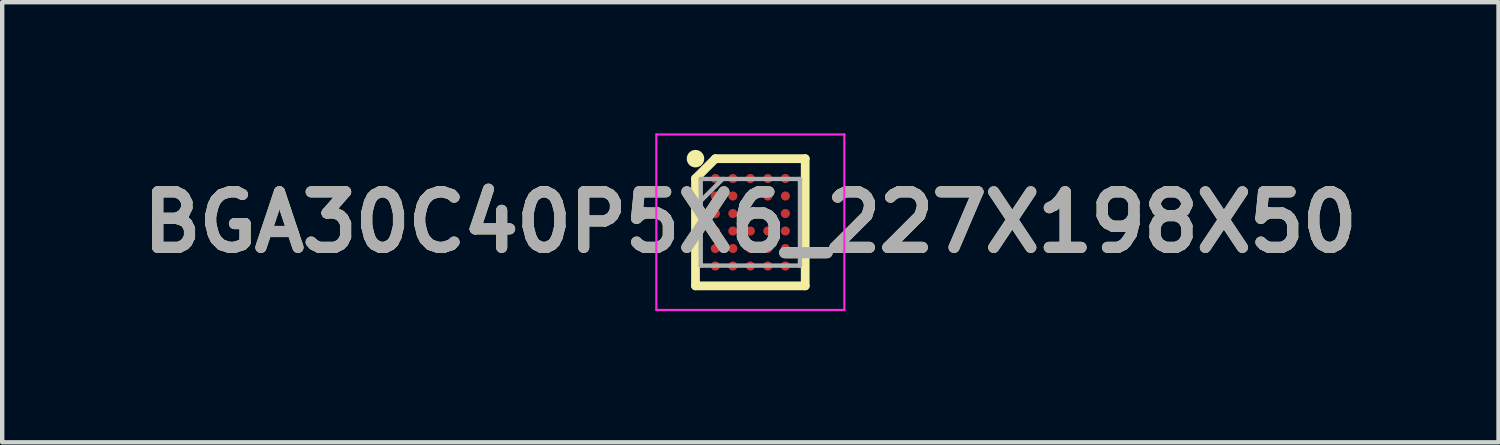
<source format=kicad_pcb>
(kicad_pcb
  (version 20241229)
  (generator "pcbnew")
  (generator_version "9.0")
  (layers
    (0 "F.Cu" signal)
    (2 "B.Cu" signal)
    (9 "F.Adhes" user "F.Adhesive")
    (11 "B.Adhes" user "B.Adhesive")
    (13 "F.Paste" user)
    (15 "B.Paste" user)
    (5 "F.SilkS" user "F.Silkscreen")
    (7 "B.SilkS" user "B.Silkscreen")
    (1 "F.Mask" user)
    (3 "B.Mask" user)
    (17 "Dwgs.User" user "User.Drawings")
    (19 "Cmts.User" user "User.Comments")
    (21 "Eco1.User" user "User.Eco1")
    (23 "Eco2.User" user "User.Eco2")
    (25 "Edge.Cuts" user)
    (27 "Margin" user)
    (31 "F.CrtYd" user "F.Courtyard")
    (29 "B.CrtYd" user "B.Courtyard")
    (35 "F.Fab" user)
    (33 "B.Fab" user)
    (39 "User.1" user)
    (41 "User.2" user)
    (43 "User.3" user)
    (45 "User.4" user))
  (footprint "BGA30C40P5X6_227X198X50"
    (layer "F.Cu")
    (at 14.103 2.031)
    (property "Reference" "BGA30C40P5X6_227X198X50" (at 0 0 0) (layer "F.SilkS") (effects (font (size 1.27 1.27) (thickness 0.254))))
    (attr smd)
    (fp_line (start -1.254 -1) (end -0.8 -1.454) (stroke (width 0.2) (type solid)) (layer "F.SilkS"))
    (fp_line (start -1.254 1.454) (end -1.254 -1) (stroke (width 0.2) (type solid)) (layer "F.SilkS"))
    (fp_line (start -0.8 -1.454) (end 1.254 -1.454) (stroke (width 0.2) (type solid)) (layer "F.SilkS"))
    (fp_line (start 1.254 -1.454) (end 1.254 1.454) (stroke (width 0.2) (type solid)) (layer "F.SilkS"))
    (fp_line (start 1.254 1.454) (end -1.254 1.454) (stroke (width 0.2) (type solid)) (layer "F.SilkS"))
    (fp_circle (center -1.254 -1.454) (end -1.254 -1.354) (stroke (width 0.2) (type solid)) (fill no) (layer "F.SilkS"))
    (fp_line (start -2.149 -2.006) (end 2.149 -2.006) (stroke (width 0.05) (type solid)) (layer "F.CrtYd"))
    (fp_line (start -2.149 2.005) (end -2.149 -2.006) (stroke (width 0.05) (type solid)) (layer "F.CrtYd"))
    (fp_line (start 2.149 -2.006) (end 2.149 2.005) (stroke (width 0.05) (type solid)) (layer "F.CrtYd"))
    (fp_line (start 2.149 2.005) (end -2.149 2.005) (stroke (width 0.05) (type solid)) (layer "F.CrtYd"))
    (fp_line (start -1.134 -0.99) (end 1.134 -0.99) (stroke (width 0.1) (type solid)) (layer "F.Fab"))
    (fp_line (start -1.134 -0.488) (end -0.631 -0.991) (stroke (width 0.1) (type solid)) (layer "F.Fab"))
    (fp_line (start -1.134 0.991) (end -1.134 -0.99) (stroke (width 0.1) (type solid)) (layer "F.Fab"))
    (fp_line (start 1.134 -0.99) (end 1.134 0.991) (stroke (width 0.1) (type solid)) (layer "F.Fab"))
    (fp_line (start 1.134 0.991) (end -1.134 0.991) (stroke (width 0.1) (type solid)) (layer "F.Fab"))
    (fp_text user "${REFERENCE}" (at 0 0 0) (layer "F.Fab") (effects (font (size 1.27 1.27) (thickness 0.254))))
    (pad "A1" smd circle (at -0.8 -1 90) (size 0.208 0.208) (layers "F.Cu" "F.Mask" "F.Paste"))
    (pad "A2" smd circle (at -0.4 -1 90) (size 0.208 0.208) (layers "F.Cu" "F.Mask" "F.Paste"))
    (pad "A3" smd circle (at 0 -1 90) (size 0.208 0.208) (layers "F.Cu" "F.Mask" "F.Paste"))
    (pad "A4" smd circle (at 0.4 -1 90) (size 0.208 0.208) (layers "F.Cu" "F.Mask" "F.Paste"))
    (pad "A5" smd circle (at 0.8 -1 90) (size 0.208 0.208) (layers "F.Cu" "F.Mask" "F.Paste"))
    (pad "B1" smd circle (at -0.8 -0.6 90) (size 0.208 0.208) (layers "F.Cu" "F.Mask" "F.Paste"))
    (pad "B2" smd circle (at -0.4 -0.6 90) (size 0.208 0.208) (layers "F.Cu" "F.Mask" "F.Paste"))
    (pad "B3" smd circle (at 0 -0.6 90) (size 0.208 0.208) (layers "F.Cu" "F.Mask" "F.Paste"))
    (pad "B4" smd circle (at 0.4 -0.6 90) (size 0.208 0.208) (layers "F.Cu" "F.Mask" "F.Paste"))
    (pad "B5" smd circle (at 0.8 -0.6 90) (size 0.208 0.208) (layers "F.Cu" "F.Mask" "F.Paste"))
    (pad "C1" smd circle (at -0.8 -0.2 90) (size 0.208 0.208) (layers "F.Cu" "F.Mask" "F.Paste"))
    (pad "C2" smd circle (at -0.4 -0.2 90) (size 0.208 0.208) (layers "F.Cu" "F.Mask" "F.Paste"))
    (pad "C3" smd circle (at 0 -0.2 90) (size 0.208 0.208) (layers "F.Cu" "F.Mask" "F.Paste"))
    (pad "C4" smd circle (at 0.4 -0.2 90) (size 0.208 0.208) (layers "F.Cu" "F.Mask" "F.Paste"))
    (pad "C5" smd circle (at 0.8 -0.2 90) (size 0.208 0.208) (layers "F.Cu" "F.Mask" "F.Paste"))
    (pad "D1" smd circle (at -0.8 0.2 90) (size 0.208 0.208) (layers "F.Cu" "F.Mask" "F.Paste"))
    (pad "D2" smd circle (at -0.4 0.2 90) (size 0.208 0.208) (layers "F.Cu" "F.Mask" "F.Paste"))
    (pad "D3" smd circle (at 0 0.2 90) (size 0.208 0.208) (layers "F.Cu" "F.Mask" "F.Paste"))
    (pad "D4" smd circle (at 0.4 0.2 90) (size 0.208 0.208) (layers "F.Cu" "F.Mask" "F.Paste"))
    (pad "D5" smd circle (at 0.8 0.2 90) (size 0.208 0.208) (layers "F.Cu" "F.Mask" "F.Paste"))
    (pad "E1" smd circle (at -0.8 0.6 90) (size 0.208 0.208) (layers "F.Cu" "F.Mask" "F.Paste"))
    (pad "E2" smd circle (at -0.4 0.6 90) (size 0.208 0.208) (layers "F.Cu" "F.Mask" "F.Paste"))
    (pad "E3" smd circle (at 0 0.6 90) (size 0.208 0.208) (layers "F.Cu" "F.Mask" "F.Paste"))
    (pad "E4" smd circle (at 0.4 0.6 90) (size 0.208 0.208) (layers "F.Cu" "F.Mask" "F.Paste"))
    (pad "E5" smd circle (at 0.8 0.6 90) (size 0.208 0.208) (layers "F.Cu" "F.Mask" "F.Paste"))
    (pad "F1" smd circle (at -0.8 1 90) (size 0.208 0.208) (layers "F.Cu" "F.Mask" "F.Paste"))
    (pad "F2" smd circle (at -0.4 1 90) (size 0.208 0.208) (layers "F.Cu" "F.Mask" "F.Paste"))
    (pad "F3" smd circle (at 0 1 90) (size 0.208 0.208) (layers "F.Cu" "F.Mask" "F.Paste"))
    (pad "F4" smd circle (at 0.4 1 90) (size 0.208 0.208) (layers "F.Cu" "F.Mask" "F.Paste"))
    (pad "F5" smd circle (at 0.8 1 90) (size 0.208 0.208) (layers "F.Cu" "F.Mask" "F.Paste")))
  (gr_rect
    (start -3 -3)
    (end 31.206 7.061)
    (stroke (width 0.1) (type default))
    (fill no)
    (layer "Edge.Cuts")))
</source>
